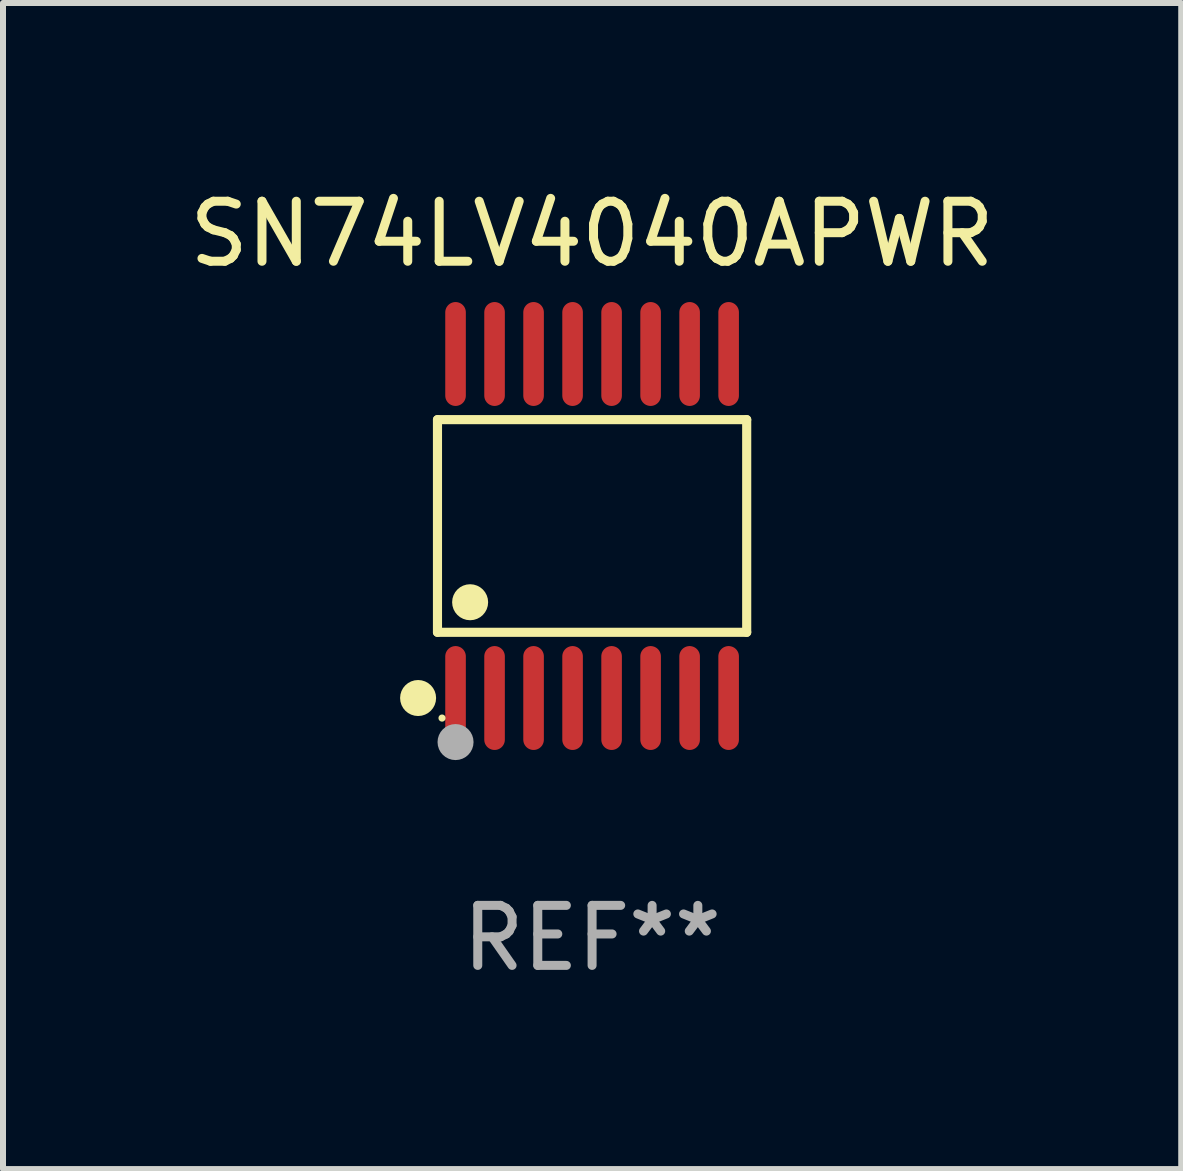
<source format=kicad_pcb>
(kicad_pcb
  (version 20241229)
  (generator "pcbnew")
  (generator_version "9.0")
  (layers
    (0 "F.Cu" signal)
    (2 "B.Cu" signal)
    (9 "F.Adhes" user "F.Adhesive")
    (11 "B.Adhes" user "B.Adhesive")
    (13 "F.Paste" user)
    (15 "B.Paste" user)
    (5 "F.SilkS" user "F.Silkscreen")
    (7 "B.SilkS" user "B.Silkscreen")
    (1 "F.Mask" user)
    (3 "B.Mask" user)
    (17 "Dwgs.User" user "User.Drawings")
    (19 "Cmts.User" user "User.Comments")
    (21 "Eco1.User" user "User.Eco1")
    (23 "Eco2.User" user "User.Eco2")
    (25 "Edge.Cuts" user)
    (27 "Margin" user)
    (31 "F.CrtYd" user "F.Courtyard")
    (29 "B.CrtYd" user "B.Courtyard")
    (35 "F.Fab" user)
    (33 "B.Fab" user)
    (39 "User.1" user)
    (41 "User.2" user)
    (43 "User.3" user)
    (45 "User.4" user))
  (footprint "SN74LV4040APWR"
    (layer "F.Cu")
    (at 6.815 5.714)
    (property "Reference" "SN74LV4040APWR" (at 0 -4.866 0) (layer "F.SilkS") (effects (font (size 1 1) (thickness 0.15))))
    (attr through_hole)
    (fp_line (start -2.576 -1.772) (end 2.576 -1.772) (stroke (width 0.152) (type solid)) (layer "F.SilkS"))
    (fp_line (start -2.576 1.771) (end -2.576 -1.772) (stroke (width 0.152) (type solid)) (layer "F.SilkS"))
    (fp_line (start 2.576 -1.772) (end 2.576 1.771) (stroke (width 0.152) (type solid)) (layer "F.SilkS"))
    (fp_line (start 2.576 1.771) (end -2.576 1.771) (stroke (width 0.152) (type solid)) (layer "F.SilkS"))
    (fp_circle (center -2.899 2.866) (end -2.749 2.866) (stroke (width 0.3) (type solid)) (fill no) (layer "F.SilkS"))
    (fp_circle (center -2.5 3.2) (end -2.47 3.2) (stroke (width 0.06) (type solid)) (fill no) (layer "F.SilkS"))
    (fp_circle (center -2.032 1.27) (end -1.882 1.27) (stroke (width 0.3) (type solid)) (fill no) (layer "F.SilkS"))
    (fp_circle (center -2.275 3.6) (end -2.125 3.6) (stroke (width 0.3) (type solid)) (fill no) (layer "F.Fab"))
    (fp_text user "REF**" (at 0 6.866 0) (layer "F.Fab") (effects (font (size 1 1) (thickness 0.15))))
    (pad "1" smd oval (at -2.275 2.866) (size 0.343 1.731) (layers "F.Cu" "F.Mask" "F.Paste"))
    (pad "2" smd oval (at -1.625 2.866) (size 0.343 1.731) (layers "F.Cu" "F.Mask" "F.Paste"))
    (pad "3" smd oval (at -0.975 2.866) (size 0.343 1.731) (layers "F.Cu" "F.Mask" "F.Paste"))
    (pad "4" smd oval (at -0.325 2.866) (size 0.343 1.731) (layers "F.Cu" "F.Mask" "F.Paste"))
    (pad "5" smd oval (at 0.325 2.866) (size 0.343 1.731) (layers "F.Cu" "F.Mask" "F.Paste"))
    (pad "6" smd oval (at 0.975 2.866) (size 0.343 1.731) (layers "F.Cu" "F.Mask" "F.Paste"))
    (pad "7" smd oval (at 1.625 2.866) (size 0.343 1.731) (layers "F.Cu" "F.Mask" "F.Paste"))
    (pad "8" smd oval (at 2.275 2.866) (size 0.343 1.731) (layers "F.Cu" "F.Mask" "F.Paste"))
    (pad "9" smd oval (at 2.275 -2.866) (size 0.343 1.731) (layers "F.Cu" "F.Mask" "F.Paste"))
    (pad "10" smd oval (at 1.625 -2.866) (size 0.343 1.731) (layers "F.Cu" "F.Mask" "F.Paste"))
    (pad "11" smd oval (at 0.975 -2.866) (size 0.343 1.731) (layers "F.Cu" "F.Mask" "F.Paste"))
    (pad "12" smd oval (at 0.325 -2.866) (size 0.343 1.731) (layers "F.Cu" "F.Mask" "F.Paste"))
    (pad "13" smd oval (at -0.325 -2.866) (size 0.343 1.731) (layers "F.Cu" "F.Mask" "F.Paste"))
    (pad "14" smd oval (at -0.975 -2.866) (size 0.343 1.731) (layers "F.Cu" "F.Mask" "F.Paste"))
    (pad "15" smd oval (at -1.625 -2.866) (size 0.343 1.731) (layers "F.Cu" "F.Mask" "F.Paste"))
    (pad "16" smd oval (at -2.275 -2.866) (size 0.343 1.731) (layers "F.Cu" "F.Mask" "F.Paste")))
  (gr_rect
    (start -3 -3)
    (end 16.631 16.428)
    (stroke (width 0.1) (type default))
    (fill no)
    (layer "Edge.Cuts")))
</source>
